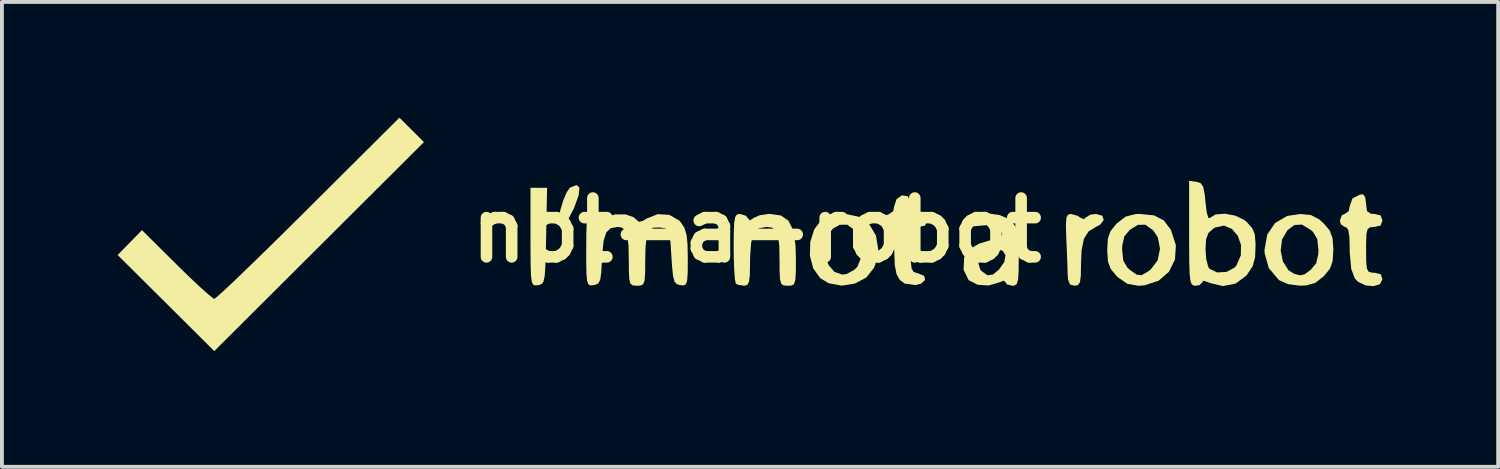
<source format=kicad_pcb>
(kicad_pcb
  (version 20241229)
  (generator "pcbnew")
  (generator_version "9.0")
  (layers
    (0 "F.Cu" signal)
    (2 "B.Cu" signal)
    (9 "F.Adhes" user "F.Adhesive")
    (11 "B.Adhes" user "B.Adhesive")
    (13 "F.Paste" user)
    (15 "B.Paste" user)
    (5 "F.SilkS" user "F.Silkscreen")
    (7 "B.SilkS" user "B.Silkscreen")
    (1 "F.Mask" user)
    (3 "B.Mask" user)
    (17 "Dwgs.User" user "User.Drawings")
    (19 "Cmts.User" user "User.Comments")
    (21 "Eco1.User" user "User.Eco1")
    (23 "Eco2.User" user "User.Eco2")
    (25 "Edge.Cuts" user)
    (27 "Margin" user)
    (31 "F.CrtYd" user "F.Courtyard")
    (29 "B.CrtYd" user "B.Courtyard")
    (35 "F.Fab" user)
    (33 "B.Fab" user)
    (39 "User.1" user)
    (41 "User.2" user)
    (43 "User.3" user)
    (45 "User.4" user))
  (footprint "not-a-robot"
    (layer "F.Cu")
    (at 16.565 2.919)
    (property "Reference" "not-a-robot" (at 0 0 0) (layer "F.SilkS") (effects (font (size 1.524 1.524) (thickness 0.3))))
    (attr board_only exclude_from_pos_files exclude_from_bom)
    (fp_poly (pts (xy -4.592 -1.104) (xy -4.612 -0.908) (xy -4.728 -0.59) (xy -4.755 -0.529) (xy -4.892 -0.274) (xy -5.007 -0.173) (xy -5.112 -0.212) (xy -5.125 -0.325) (xy -5.086 -0.53) (xy -5.014 -0.769) (xy -4.926 -0.98) (xy -4.842 -1.102) (xy -4.836 -1.106) (xy -4.667 -1.172)) (stroke (width 0) (type solid)) (fill yes) (layer "F.SilkS"))
    (fp_poly (pts (xy -5.456 0.148) (xy -5.466 0.631) (xy -5.478 0.971) (xy -5.495 1.194) (xy -5.524 1.325) (xy -5.567 1.391) (xy -5.63 1.417) (xy -5.67 1.424) (xy -5.744 1.43) (xy -5.795 1.408) (xy -5.829 1.332) (xy -5.849 1.179) (xy -5.858 0.924) (xy -5.861 0.542) (xy -5.862 0.175) (xy -5.862 -1.101) (xy -5.432 -1.101)) (stroke (width 0) (type solid)) (fill yes) (layer "F.SilkS"))
    (fp_poly (pts (xy -8.942 -2.602) (xy -8.624 -2.285) (xy -11.342 0.424) (xy -14.06 3.133) (xy -15.312 1.887) (xy -16.565 0.642) (xy -16.249 0.319) (xy -15.934 -0.003) (xy -15.037 0.888) (xy -14.718 1.2) (xy -14.437 1.465) (xy -14.218 1.66) (xy -14.085 1.766) (xy -14.058 1.778) (xy -13.982 1.72) (xy -13.799 1.555) (xy -13.523 1.295) (xy -13.168 0.954) (xy -12.747 0.544) (xy -12.272 0.078) (xy -11.758 -0.431) (xy -11.618 -0.571) (xy -9.26 -2.919)) (stroke (width 0) (type solid)) (fill yes) (layer "F.SilkS"))
    (fp_poly (pts (xy 8.963 -0.376) (xy 8.999 -0.267) (xy 8.907 -0.144) (xy 8.797 -0.087) (xy 8.605 0.03) (xy 8.485 0.223) (xy 8.424 0.525) (xy 8.41 0.883) (xy 8.405 1.183) (xy 8.382 1.351) (xy 8.329 1.424) (xy 8.24 1.439) (xy 8.125 1.407) (xy 8.074 1.282) (xy 8.063 1.122) (xy 8.056 0.872) (xy 8.043 0.53) (xy 8.028 0.191) (xy 8.018 -0.129) (xy 8.03 -0.315) (xy 8.069 -0.402) (xy 8.143 -0.423) (xy 8.145 -0.423) (xy 8.326 -0.373) (xy 8.383 -0.331) (xy 8.486 -0.285) (xy 8.533 -0.331) (xy 8.654 -0.403) (xy 8.797 -0.423)) (stroke (width 0) (type solid)) (fill yes) (layer "F.SilkS"))
    (fp_poly (pts (xy 2.65 -0.35) (xy 2.922 -0.152) (xy 3.095 0.14) (xy 3.153 0.496) (xy 3.079 0.884) (xy 3.042 0.976) (xy 2.842 1.227) (xy 2.546 1.383) (xy 2.205 1.436) (xy 1.871 1.375) (xy 1.653 1.246) (xy 1.467 0.988) (xy 1.381 0.657) (xy 1.389 0.398) (xy 1.754 0.398) (xy 1.774 0.664) (xy 1.867 0.905) (xy 2.021 1.081) (xy 2.224 1.15) (xy 2.332 1.135) (xy 2.528 1.029) (xy 2.612 0.949) (xy 2.704 0.718) (xy 2.713 0.423) (xy 2.642 0.143) (xy 2.548 0) (xy 2.348 -0.145) (xy 2.154 -0.141) (xy 1.983 -0.045) (xy 1.82 0.148) (xy 1.754 0.398) (xy 1.389 0.398) (xy 1.392 0.302) (xy 1.495 -0.025) (xy 1.687 -0.274) (xy 1.779 -0.336) (xy 1.968 -0.392) (xy 2.231 -0.422) (xy 2.295 -0.423)) (stroke (width 0) (type solid)) (fill yes) (layer "F.SilkS"))
    (fp_poly (pts (xy 3.915 -0.884) (xy 3.975 -0.772) (xy 3.993 -0.63) (xy 4.029 -0.472) (xy 4.17 -0.424) (xy 4.205 -0.423) (xy 4.372 -0.384) (xy 4.417 -0.254) (xy 4.368 -0.121) (xy 4.205 -0.085) (xy 4.094 -0.076) (xy 4.03 -0.025) (xy 4.001 0.106) (xy 3.993 0.353) (xy 3.993 0.502) (xy 3.997 0.812) (xy 4.018 0.991) (xy 4.068 1.078) (xy 4.159 1.112) (xy 4.184 1.116) (xy 4.345 1.183) (xy 4.369 1.288) (xy 4.266 1.384) (xy 4.116 1.422) (xy 3.838 1.382) (xy 3.712 1.289) (xy 3.628 1.14) (xy 3.582 0.903) (xy 3.568 0.538) (xy 3.568 0.522) (xy 3.561 0.196) (xy 3.535 0.007) (xy 3.484 -0.074) (xy 3.44 -0.085) (xy 3.337 -0.155) (xy 3.313 -0.254) (xy 3.366 -0.392) (xy 3.44 -0.423) (xy 3.543 -0.496) (xy 3.568 -0.626) (xy 3.627 -0.805) (xy 3.765 -0.904)) (stroke (width 0) (type solid)) (fill yes) (layer "F.SilkS"))
    (fp_poly (pts (xy 10.304 -0.385) (xy 10.557 -0.255) (xy 10.741 -0.01) (xy 10.745 -0.002) (xy 10.87 0.391) (xy 10.846 0.76) (xy 10.69 1.076) (xy 10.421 1.309) (xy 10.054 1.429) (xy 9.898 1.439) (xy 9.615 1.391) (xy 9.368 1.221) (xy 9.338 1.192) (xy 9.183 1.008) (xy 9.109 0.814) (xy 9.09 0.535) (xy 9.09 0.508) (xy 9.476 0.508) (xy 9.506 0.786) (xy 9.613 0.97) (xy 9.674 1.025) (xy 9.848 1.149) (xy 9.979 1.167) (xy 10.138 1.076) (xy 10.225 1.01) (xy 10.398 0.777) (xy 10.458 0.48) (xy 10.401 0.183) (xy 10.279 0) (xy 10.077 -0.144) (xy 9.881 -0.139) (xy 9.674 -0.009) (xy 9.533 0.159) (xy 9.479 0.396) (xy 9.476 0.508) (xy 9.09 0.508) (xy 9.106 0.219) (xy 9.175 0.022) (xy 9.323 -0.16) (xy 9.338 -0.176) (xy 9.568 -0.354) (xy 9.826 -0.42) (xy 9.938 -0.423)) (stroke (width 0) (type solid)) (fill yes) (layer "F.SilkS"))
    (fp_poly (pts (xy 15.777 -0.858) (xy 15.801 -0.68) (xy 15.801 -0.677) (xy 15.824 -0.496) (xy 15.921 -0.429) (xy 16.013 -0.423) (xy 16.18 -0.384) (xy 16.225 -0.254) (xy 16.176 -0.121) (xy 16.013 -0.085) (xy 15.902 -0.076) (xy 15.839 -0.025) (xy 15.809 0.104) (xy 15.801 0.35) (xy 15.801 0.508) (xy 15.804 0.818) (xy 15.822 0.995) (xy 15.868 1.077) (xy 15.956 1.1) (xy 16.013 1.101) (xy 16.18 1.14) (xy 16.225 1.27) (xy 16.159 1.397) (xy 15.995 1.45) (xy 15.788 1.43) (xy 15.595 1.339) (xy 15.508 1.251) (xy 15.415 1) (xy 15.377 0.589) (xy 15.376 0.489) (xy 15.368 0.173) (xy 15.34 -0.006) (xy 15.284 -0.078) (xy 15.248 -0.085) (xy 15.145 -0.155) (xy 15.121 -0.254) (xy 15.174 -0.392) (xy 15.248 -0.423) (xy 15.351 -0.496) (xy 15.376 -0.626) (xy 15.448 -0.824) (xy 15.642 -0.925) (xy 15.723 -0.931)) (stroke (width 0) (type solid)) (fill yes) (layer "F.SilkS"))
    (fp_poly (pts (xy 14.372 -0.393) (xy 14.588 -0.28) (xy 14.703 -0.176) (xy 14.858 0.008) (xy 14.931 0.202) (xy 14.951 0.481) (xy 14.951 0.508) (xy 14.934 0.797) (xy 14.866 0.994) (xy 14.718 1.176) (xy 14.703 1.192) (xy 14.486 1.364) (xy 14.248 1.431) (xy 14.087 1.437) (xy 13.775 1.397) (xy 13.543 1.293) (xy 13.538 1.289) (xy 13.278 0.979) (xy 13.17 0.593) (xy 13.168 0.525) (xy 13.586 0.525) (xy 13.644 0.81) (xy 13.787 1.035) (xy 13.932 1.127) (xy 14.09 1.17) (xy 14.209 1.141) (xy 14.366 1.025) (xy 14.507 0.857) (xy 14.562 0.62) (xy 14.565 0.508) (xy 14.535 0.23) (xy 14.427 0.046) (xy 14.366 -0.009) (xy 14.137 -0.147) (xy 13.942 -0.136) (xy 13.762 0) (xy 13.623 0.237) (xy 13.586 0.525) (xy 13.168 0.525) (xy 13.167 0.508) (xy 13.239 0.111) (xy 13.441 -0.188) (xy 13.756 -0.371) (xy 14.087 -0.421)) (stroke (width 0) (type solid)) (fill yes) (layer "F.SilkS"))
    (fp_poly (pts (xy 0.63 -0.382) (xy 0.826 -0.247) (xy 0.948 0.001) (xy 1.008 0.381) (xy 1.019 0.731) (xy 1.017 1.076) (xy 1.005 1.286) (xy 0.971 1.394) (xy 0.906 1.434) (xy 0.807 1.439) (xy 0.699 1.431) (xy 0.635 1.383) (xy 0.605 1.259) (xy 0.595 1.024) (xy 0.595 0.811) (xy 0.588 0.41) (xy 0.559 0.149) (xy 0.498 -0.002) (xy 0.394 -0.07) (xy 0.249 -0.085) (xy 0.058 -0.049) (xy -0.068 0.075) (xy -0.14 0.31) (xy -0.168 0.68) (xy -0.17 0.841) (xy -0.175 1.156) (xy -0.197 1.337) (xy -0.244 1.42) (xy -0.326 1.439) (xy -0.487 1.412) (xy -0.538 1.383) (xy -0.562 1.28) (xy -0.58 1.045) (xy -0.592 0.718) (xy -0.595 0.452) (xy -0.592 0.058) (xy -0.581 -0.196) (xy -0.556 -0.341) (xy -0.511 -0.407) (xy -0.441 -0.423) (xy -0.432 -0.423) (xy -0.278 -0.375) (xy -0.23 -0.318) (xy -0.173 -0.254) (xy -0.079 -0.318) (xy 0.077 -0.388) (xy 0.313 -0.423) (xy 0.351 -0.423)) (stroke (width 0) (type solid)) (fill yes) (layer "F.SilkS"))
    (fp_poly (pts (xy 6.291 -0.396) (xy 6.522 -0.3) (xy 6.611 -0.227) (xy 6.703 -0.109) (xy 6.758 0.038) (xy 6.787 0.255) (xy 6.796 0.586) (xy 6.796 0.704) (xy 6.793 1.058) (xy 6.779 1.276) (xy 6.746 1.391) (xy 6.687 1.434) (xy 6.626 1.439) (xy 6.488 1.403) (xy 6.456 1.352) (xy 6.404 1.307) (xy 6.292 1.352) (xy 6.015 1.432) (xy 5.729 1.413) (xy 5.508 1.3) (xy 5.492 1.284) (xy 5.366 1.026) (xy 5.374 0.848) (xy 5.748 0.848) (xy 5.799 1.022) (xy 5.829 1.056) (xy 5.985 1.169) (xy 6.13 1.147) (xy 6.286 1.016) (xy 6.423 0.82) (xy 6.452 0.643) (xy 6.374 0.528) (xy 6.281 0.508) (xy 6.017 0.557) (xy 5.83 0.682) (xy 5.748 0.848) (xy 5.374 0.848) (xy 5.379 0.716) (xy 5.405 0.639) (xy 5.537 0.483) (xy 5.771 0.347) (xy 6.04 0.264) (xy 6.155 0.254) (xy 6.325 0.214) (xy 6.371 0.094) (xy 6.301 -0.071) (xy 6.098 -0.141) (xy 5.808 -0.119) (xy 5.608 -0.099) (xy 5.528 -0.148) (xy 5.522 -0.193) (xy 5.594 -0.329) (xy 5.779 -0.409) (xy 6.028 -0.432)) (stroke (width 0) (type solid)) (fill yes) (layer "F.SilkS"))
    (fp_poly (pts (xy 11.405 -1.255) (xy 11.513 -1.22) (xy 11.578 -1.125) (xy 11.617 -0.931) (xy 11.638 -0.72) (xy 11.671 -0.455) (xy 11.713 -0.318) (xy 11.749 -0.318) (xy 11.9 -0.41) (xy 12.138 -0.429) (xy 12.405 -0.38) (xy 12.639 -0.27) (xy 12.704 -0.216) (xy 12.848 -0.054) (xy 12.914 0.1) (xy 12.934 0.327) (xy 12.935 0.381) (xy 12.923 0.706) (xy 12.857 0.939) (xy 12.714 1.152) (xy 12.692 1.179) (xy 12.418 1.383) (xy 12.085 1.448) (xy 11.744 1.365) (xy 11.717 1.352) (xy 11.582 1.307) (xy 11.553 1.352) (xy 11.482 1.423) (xy 11.383 1.439) (xy 11.32 1.431) (xy 11.275 1.392) (xy 11.244 1.295) (xy 11.226 1.119) (xy 11.217 0.837) (xy 11.214 0.493) (xy 11.638 0.493) (xy 11.658 0.754) (xy 11.709 0.95) (xy 11.74 0.999) (xy 11.941 1.094) (xy 12.186 1.079) (xy 12.397 0.964) (xy 12.44 0.912) (xy 12.554 0.648) (xy 12.558 0.38) (xy 12.472 0.14) (xy 12.318 -0.038) (xy 12.116 -0.12) (xy 11.887 -0.071) (xy 11.845 -0.046) (xy 11.713 0.071) (xy 11.652 0.237) (xy 11.638 0.493) (xy 11.214 0.493) (xy 11.214 0.426) (xy 11.213 0.079) (xy 11.213 -1.282)) (stroke (width 0) (type solid)) (fill yes) (layer "F.SilkS"))
    (fp_poly (pts (xy -4.109 -0.387) (xy -4.078 -0.336) (xy -4.026 -0.291) (xy -3.913 -0.336) (xy -3.665 -0.411) (xy -3.398 -0.411) (xy -3.189 -0.338) (xy -3.144 -0.298) (xy -3.048 -0.217) (xy -2.934 -0.249) (xy -2.86 -0.298) (xy -2.566 -0.417) (xy -2.262 -0.399) (xy -2.006 -0.251) (xy -1.96 -0.2) (xy -1.87 -0.057) (xy -1.816 0.121) (xy -1.79 0.38) (xy -1.784 0.737) (xy -1.786 1.084) (xy -1.799 1.293) (xy -1.831 1.398) (xy -1.892 1.43) (xy -1.975 1.424) (xy -2.069 1.398) (xy -2.129 1.329) (xy -2.167 1.183) (xy -2.193 0.925) (xy -2.209 0.677) (xy -2.231 0.329) (xy -2.257 0.115) (xy -2.3 0.000121) (xy -2.373 -0.05) (xy -2.489 -0.069) (xy -2.497 -0.07) (xy -2.671 -0.069) (xy -2.785 0.001) (xy -2.851 0.166) (xy -2.881 0.451) (xy -2.887 0.783) (xy -2.89 1.113) (xy -2.905 1.308) (xy -2.944 1.404) (xy -3.019 1.436) (xy -3.101 1.439) (xy -3.209 1.431) (xy -3.273 1.383) (xy -3.303 1.259) (xy -3.312 1.024) (xy -3.313 0.811) (xy -3.321 0.407) (xy -3.35 0.143) (xy -3.41 -0.008) (xy -3.51 -0.074) (xy -3.609 -0.085) (xy -3.782 -0.054) (xy -3.897 0.057) (xy -3.966 0.275) (xy -4.003 0.626) (xy -4.01 0.766) (xy -4.027 1.09) (xy -4.054 1.282) (xy -4.104 1.379) (xy -4.189 1.418) (xy -4.226 1.424) (xy -4.309 1.43) (xy -4.364 1.399) (xy -4.396 1.305) (xy -4.412 1.117) (xy -4.417 0.808) (xy -4.417 0.514) (xy -4.415 0.105) (xy -4.406 -0.164) (xy -4.384 -0.322) (xy -4.344 -0.398) (xy -4.281 -0.422) (xy -4.247 -0.423)) (stroke (width 0) (type solid)) (fill yes) (layer "F.SilkS")))
  (gr_rect
    (start -3 -3)
    (end 35.79 9.052)
    (stroke (width 0.1) (type default))
    (fill no)
    (layer "Edge.Cuts")))
</source>
